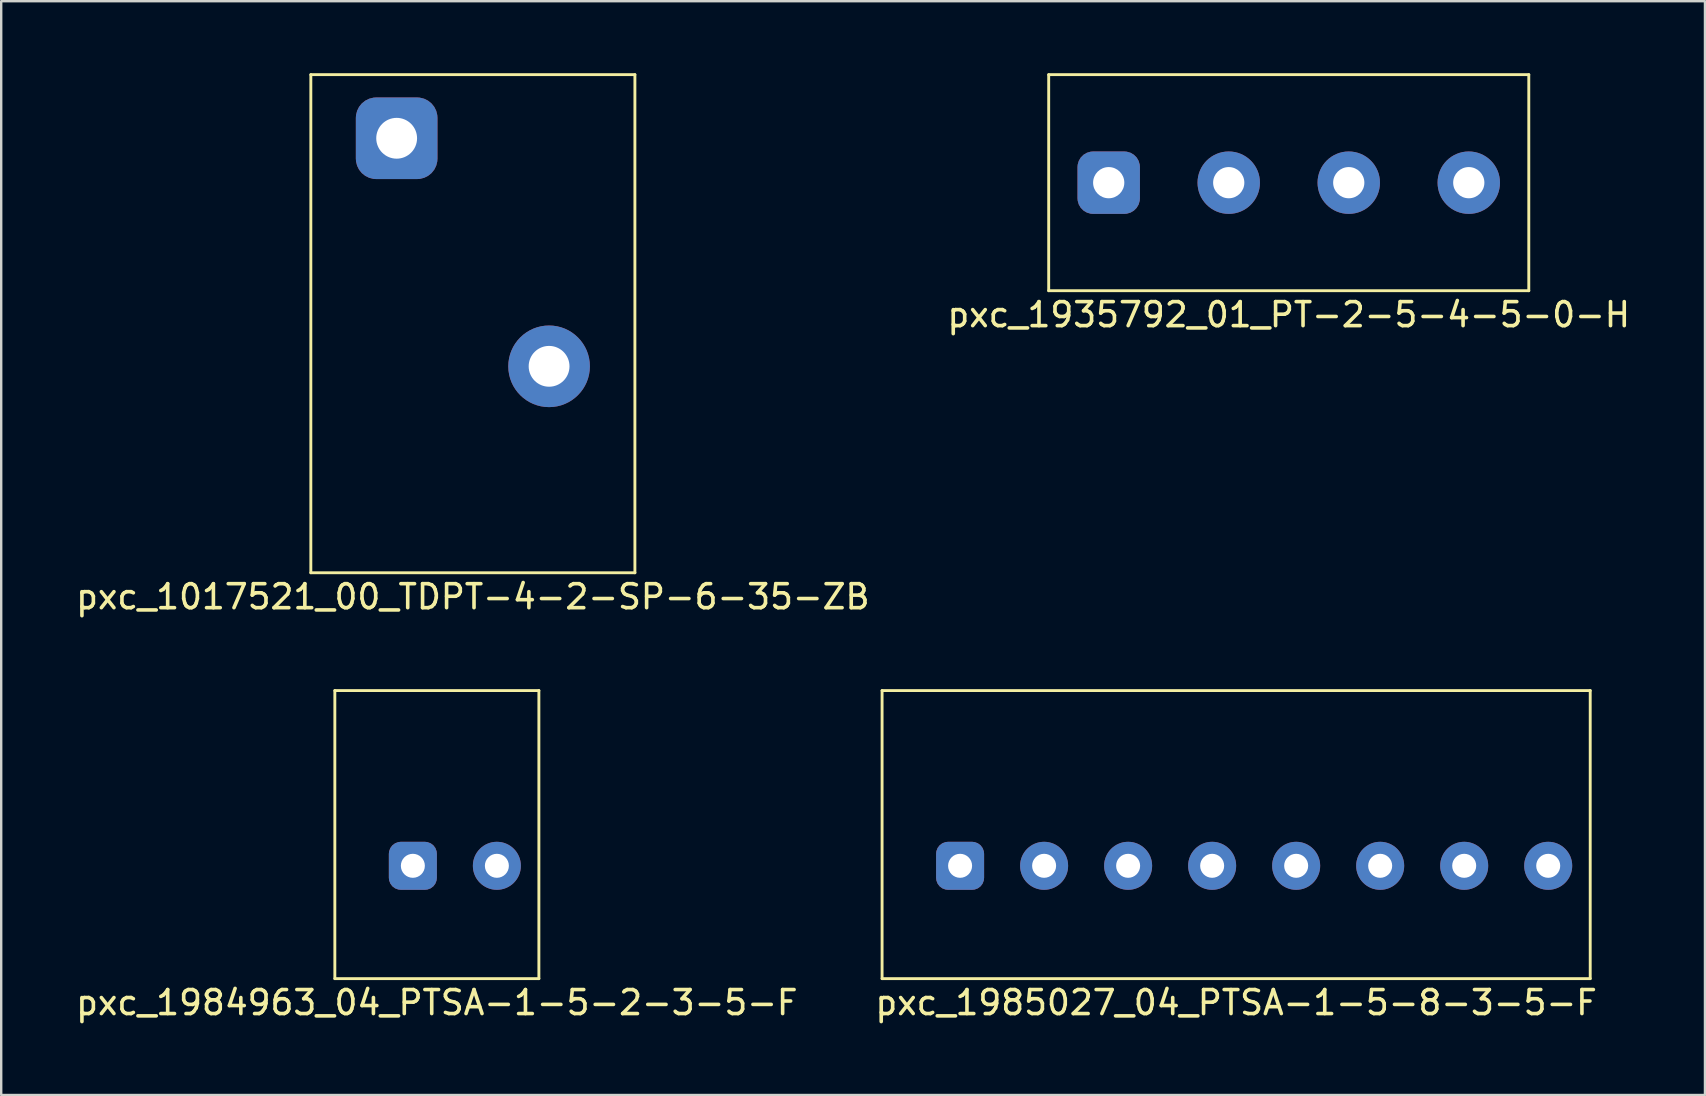
<source format=kicad_pcb>
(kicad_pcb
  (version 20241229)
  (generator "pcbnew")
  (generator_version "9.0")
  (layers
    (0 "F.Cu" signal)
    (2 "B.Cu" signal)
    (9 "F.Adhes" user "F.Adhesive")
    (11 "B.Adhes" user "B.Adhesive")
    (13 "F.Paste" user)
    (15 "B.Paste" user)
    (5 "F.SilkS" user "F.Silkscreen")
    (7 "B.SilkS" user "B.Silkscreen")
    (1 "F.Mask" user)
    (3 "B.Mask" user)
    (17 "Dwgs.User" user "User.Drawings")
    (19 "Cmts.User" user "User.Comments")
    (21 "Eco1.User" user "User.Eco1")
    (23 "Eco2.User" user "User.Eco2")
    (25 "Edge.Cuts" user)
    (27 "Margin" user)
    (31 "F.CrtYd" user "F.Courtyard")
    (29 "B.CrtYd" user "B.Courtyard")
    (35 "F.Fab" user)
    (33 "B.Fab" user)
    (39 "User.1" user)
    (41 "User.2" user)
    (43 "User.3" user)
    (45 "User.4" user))
  (footprint "pxc_1984963_04_PTSA-1-5-2-3-5-F"
    (layer "F.Cu")
    (at 10.899 37.718)
    (property "Reference" "pxc_1984963_04_PTSA-1-5-2-3-5-F" (at 4.25 1 0) (layer "F.SilkS") (effects (font (size 1 1) (thickness 0.15))))
    (attr through_hole)
    (fp_line (start 0 -12) (end 0 0) (stroke (width 0.12) (type solid)) (layer "F.SilkS"))
    (fp_line (start 0 0) (end 8.5 0) (stroke (width 0.12) (type solid)) (layer "F.SilkS"))
    (fp_line (start 8.5 -12) (end 0 -12) (stroke (width 0.12) (type solid)) (layer "F.SilkS"))
    (fp_line (start 8.5 0) (end 8.5 -12) (stroke (width 0.12) (type solid)) (layer "F.SilkS"))
    (pad "1" thru_hole roundrect (at 3.25 -4.7) (size 2 2) (drill 1) (layers "*.Cu" "*.Mask") (roundrect_rratio 0.25))
    (pad "2" thru_hole circle (at 6.75 -4.7) (size 2 2) (drill 1) (layers "*.Cu" "*.Mask")))
  (footprint "pxc_1017521_00_TDPT-4-2-SP-6-35-ZB"
    (layer "F.Cu")
    (at 9.899 20.81)
    (property "Reference" "pxc_1017521_00_TDPT-4-2-SP-6-35-ZB" (at 6.75 1 0) (layer "F.SilkS") (effects (font (size 1 1) (thickness 0.15))))
    (attr through_hole)
    (fp_line (start 0 -20.75) (end 0 0) (stroke (width 0.12) (type solid)) (layer "F.SilkS"))
    (fp_line (start 0 0) (end 13.5 0) (stroke (width 0.12) (type solid)) (layer "F.SilkS"))
    (fp_line (start 13.5 -20.75) (end 0 -20.75) (stroke (width 0.12) (type solid)) (layer "F.SilkS"))
    (fp_line (start 13.5 0) (end 13.5 -20.75) (stroke (width 0.12) (type solid)) (layer "F.SilkS"))
    (pad "1" thru_hole roundrect (at 3.575 -18.1) (size 3.4 3.4) (drill 1.7) (layers "*.Cu" "*.Mask") (roundrect_rratio 0.25))
    (pad "2" thru_hole circle (at 9.925 -8.6) (size 3.4 3.4) (drill 1.7) (layers "*.Cu" "*.Mask")))
  (footprint "pxc_1935792_01_PT-2-5-4-5-0-H"
    (layer "F.Cu")
    (at 40.637 9.06)
    (property "Reference" "pxc_1935792_01_PT-2-5-4-5-0-H" (at 10 1 0) (layer "F.SilkS") (effects (font (size 1 1) (thickness 0.15))))
    (attr through_hole)
    (fp_line (start 0 -9) (end 0 0) (stroke (width 0.12) (type solid)) (layer "F.SilkS"))
    (fp_line (start 0 0) (end 20 0) (stroke (width 0.12) (type solid)) (layer "F.SilkS"))
    (fp_line (start 20 -9) (end 0 -9) (stroke (width 0.12) (type solid)) (layer "F.SilkS"))
    (fp_line (start 20 0) (end 20 -9) (stroke (width 0.12) (type solid)) (layer "F.SilkS"))
    (pad "1" thru_hole roundrect (at 2.5 -4.5) (size 2.6 2.6) (drill 1.3) (layers "*.Cu" "*.Mask") (roundrect_rratio 0.25))
    (pad "2" thru_hole circle (at 7.5 -4.5) (size 2.6 2.6) (drill 1.3) (layers "*.Cu" "*.Mask"))
    (pad "3" thru_hole circle (at 12.5 -4.5) (size 2.6 2.6) (drill 1.3) (layers "*.Cu" "*.Mask"))
    (pad "4" thru_hole circle (at 17.5 -4.5) (size 2.6 2.6) (drill 1.3) (layers "*.Cu" "*.Mask")))
  (footprint "pxc_1985027_04_PTSA-1-5-8-3-5-F"
    (layer "F.Cu")
    (at 33.696 37.718)
    (property "Reference" "pxc_1985027_04_PTSA-1-5-8-3-5-F" (at 14.75 1 0) (layer "F.SilkS") (effects (font (size 1 1) (thickness 0.15))))
    (attr through_hole)
    (fp_line (start 0 -12) (end 0 0) (stroke (width 0.12) (type solid)) (layer "F.SilkS"))
    (fp_line (start 0 0) (end 29.5 0) (stroke (width 0.12) (type solid)) (layer "F.SilkS"))
    (fp_line (start 29.5 -12) (end 0 -12) (stroke (width 0.12) (type solid)) (layer "F.SilkS"))
    (fp_line (start 29.5 0) (end 29.5 -12) (stroke (width 0.12) (type solid)) (layer "F.SilkS"))
    (pad "1" thru_hole roundrect (at 3.25 -4.7) (size 2 2) (drill 1) (layers "*.Cu" "*.Mask") (roundrect_rratio 0.25))
    (pad "2" thru_hole circle (at 6.75 -4.7) (size 2 2) (drill 1) (layers "*.Cu" "*.Mask"))
    (pad "3" thru_hole circle (at 10.25 -4.7) (size 2 2) (drill 1) (layers "*.Cu" "*.Mask"))
    (pad "4" thru_hole circle (at 13.75 -4.7) (size 2 2) (drill 1) (layers "*.Cu" "*.Mask"))
    (pad "5" thru_hole circle (at 17.25 -4.7) (size 2 2) (drill 1) (layers "*.Cu" "*.Mask"))
    (pad "6" thru_hole circle (at 20.75 -4.7) (size 2 2) (drill 1) (layers "*.Cu" "*.Mask"))
    (pad "7" thru_hole circle (at 24.25 -4.7) (size 2 2) (drill 1) (layers "*.Cu" "*.Mask"))
    (pad "8" thru_hole circle (at 27.75 -4.7) (size 2 2) (drill 1) (layers "*.Cu" "*.Mask")))
  (gr_rect
    (start -3 -3)
    (end 67.976 42.566)
    (stroke (width 0.1) (type default))
    (fill no)
    (layer "Edge.Cuts")))
</source>
